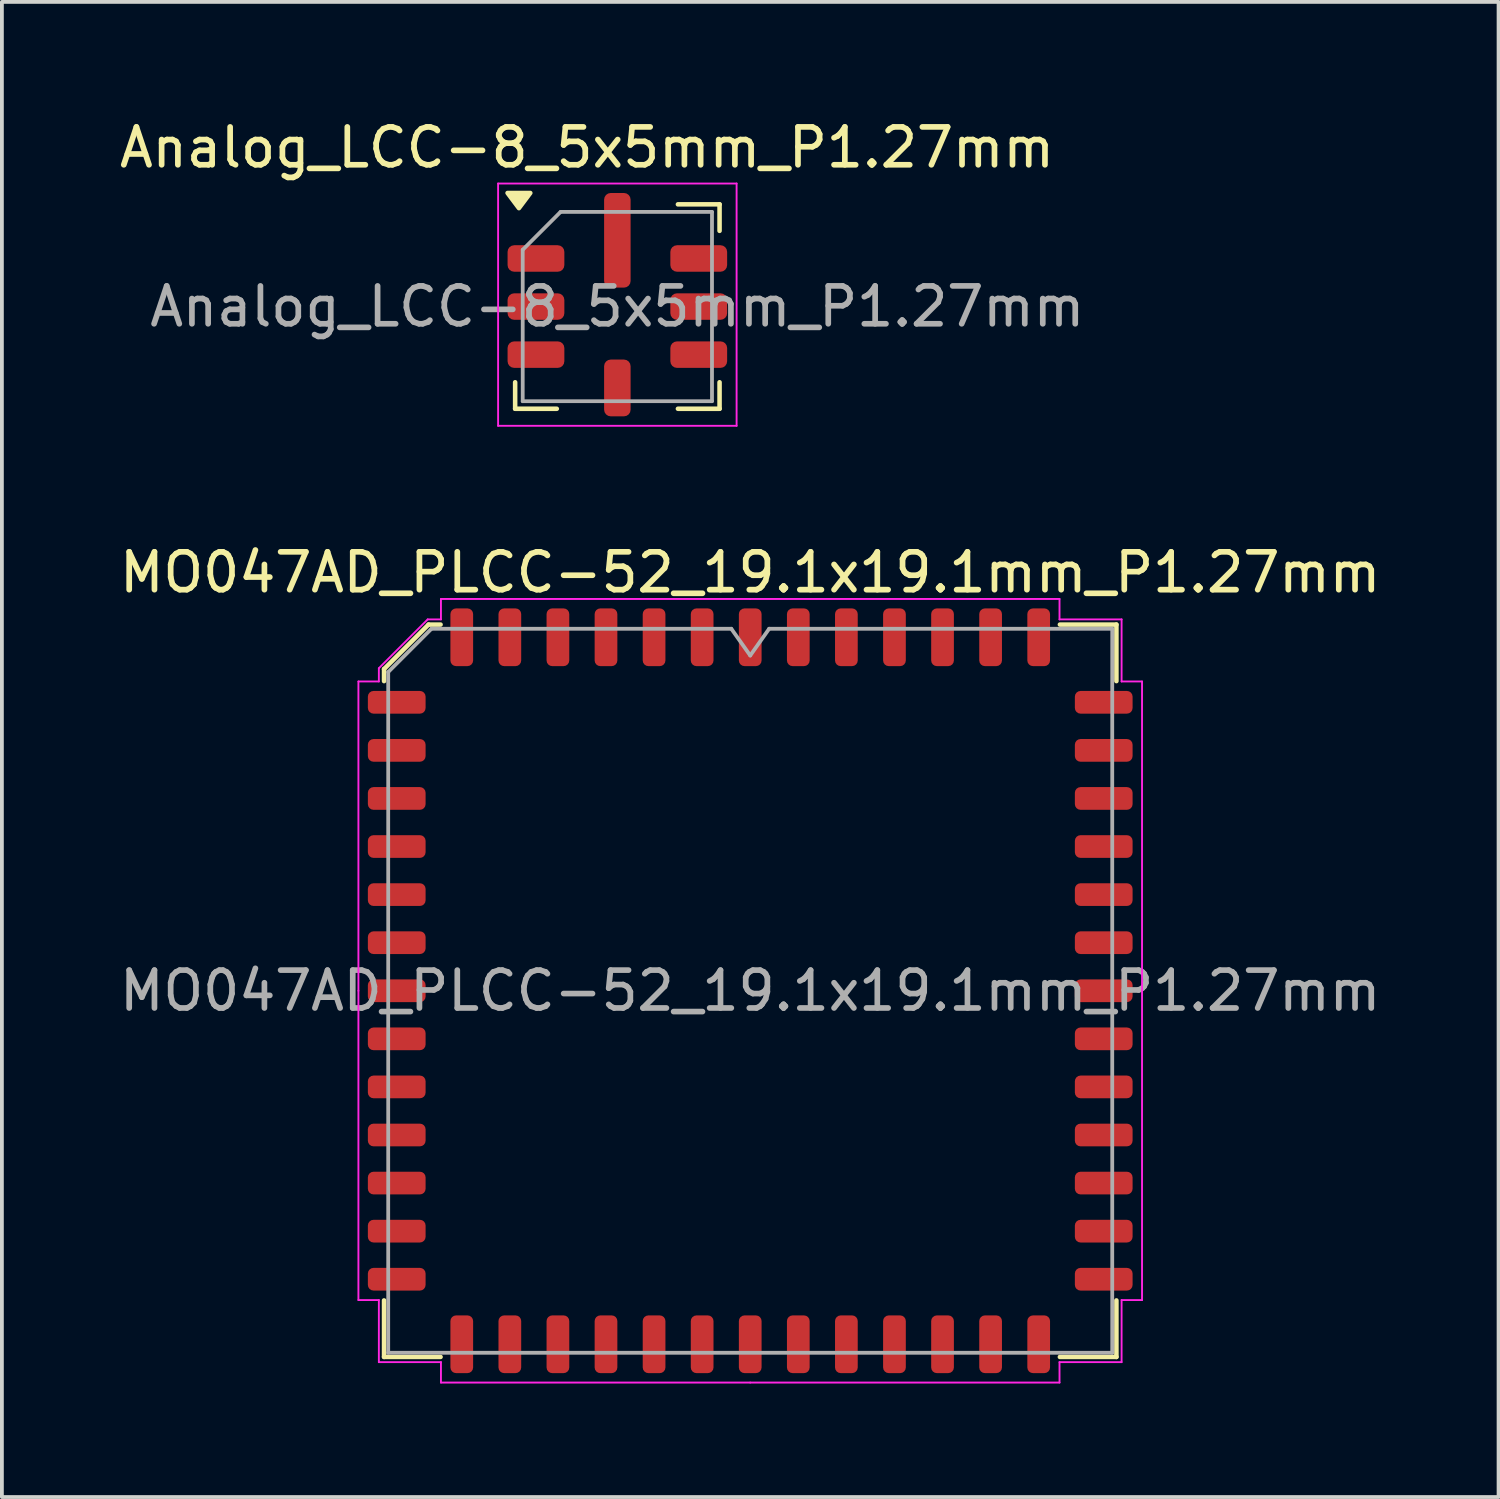
<source format=kicad_pcb>
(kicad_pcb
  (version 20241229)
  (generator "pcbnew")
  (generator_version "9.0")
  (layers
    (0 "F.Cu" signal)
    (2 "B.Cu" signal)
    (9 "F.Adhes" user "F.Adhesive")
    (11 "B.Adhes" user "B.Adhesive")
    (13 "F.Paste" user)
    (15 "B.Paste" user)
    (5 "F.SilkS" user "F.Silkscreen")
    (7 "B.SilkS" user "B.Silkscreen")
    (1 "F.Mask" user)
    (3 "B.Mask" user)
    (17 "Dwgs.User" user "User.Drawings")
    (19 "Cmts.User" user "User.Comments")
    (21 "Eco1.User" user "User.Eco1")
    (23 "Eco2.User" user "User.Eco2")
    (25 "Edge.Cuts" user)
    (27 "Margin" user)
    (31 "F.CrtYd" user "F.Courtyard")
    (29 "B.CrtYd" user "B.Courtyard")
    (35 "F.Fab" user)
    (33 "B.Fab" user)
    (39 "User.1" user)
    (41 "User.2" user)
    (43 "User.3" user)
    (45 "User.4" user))
  (footprint "MO047AD_PLCC-52_19.1x19.1mm_P1.27mm"
    (layer "F.Cu")
    (at 16.768 23.122)
    (property "Reference" "MO047AD_PLCC-52_19.1x19.1mm_P1.27mm" (at 0 -11.05 0) (layer "F.SilkS") (effects (font (size 1 1) (thickness 0.15))))
    (attr smd)
    (fp_line (start -9.673 -8.498) (end -9.673 -8.18) (stroke (width 0.12) (type solid)) (layer "F.SilkS"))
    (fp_line (start -9.673 9.673) (end -9.673 8.18) (stroke (width 0.12) (type solid)) (layer "F.SilkS"))
    (fp_line (start -8.498 -9.673) (end -9.673 -8.498) (stroke (width 0.12) (type solid)) (layer "F.SilkS"))
    (fp_line (start -8.18 -9.673) (end -8.498 -9.673) (stroke (width 0.12) (type solid)) (layer "F.SilkS"))
    (fp_line (start -8.18 9.673) (end -9.673 9.673) (stroke (width 0.12) (type solid)) (layer "F.SilkS"))
    (fp_line (start 8.18 -9.673) (end 9.673 -9.673) (stroke (width 0.12) (type solid)) (layer "F.SilkS"))
    (fp_line (start 8.18 9.673) (end 9.673 9.673) (stroke (width 0.12) (type solid)) (layer "F.SilkS"))
    (fp_line (start 9.673 -9.673) (end 9.673 -8.18) (stroke (width 0.12) (type solid)) (layer "F.SilkS"))
    (fp_line (start 9.673 9.673) (end 9.673 8.18) (stroke (width 0.12) (type solid)) (layer "F.SilkS"))
    (fp_line (start -10.35 -8.17) (end -10.35 0) (stroke (width 0.05) (type solid)) (layer "F.CrtYd"))
    (fp_line (start -10.35 8.17) (end -10.35 0) (stroke (width 0.05) (type solid)) (layer "F.CrtYd"))
    (fp_line (start -9.81 -8.52) (end -9.81 -8.17) (stroke (width 0.05) (type solid)) (layer "F.CrtYd"))
    (fp_line (start -9.81 -8.17) (end -10.35 -8.17) (stroke (width 0.05) (type solid)) (layer "F.CrtYd"))
    (fp_line (start -9.81 8.17) (end -10.35 8.17) (stroke (width 0.05) (type solid)) (layer "F.CrtYd"))
    (fp_line (start -9.81 9.81) (end -9.81 8.17) (stroke (width 0.05) (type solid)) (layer "F.CrtYd"))
    (fp_line (start -8.52 -9.81) (end -9.81 -8.52) (stroke (width 0.05) (type solid)) (layer "F.CrtYd"))
    (fp_line (start -8.17 -10.35) (end -8.17 -9.81) (stroke (width 0.05) (type solid)) (layer "F.CrtYd"))
    (fp_line (start -8.17 -9.81) (end -8.52 -9.81) (stroke (width 0.05) (type solid)) (layer "F.CrtYd"))
    (fp_line (start -8.17 9.81) (end -9.81 9.81) (stroke (width 0.05) (type solid)) (layer "F.CrtYd"))
    (fp_line (start -8.17 10.35) (end -8.17 9.81) (stroke (width 0.05) (type solid)) (layer "F.CrtYd"))
    (fp_line (start 0 -10.35) (end -8.17 -10.35) (stroke (width 0.05) (type solid)) (layer "F.CrtYd"))
    (fp_line (start 0 -10.35) (end 8.17 -10.35) (stroke (width 0.05) (type solid)) (layer "F.CrtYd"))
    (fp_line (start 0 10.35) (end -8.17 10.35) (stroke (width 0.05) (type solid)) (layer "F.CrtYd"))
    (fp_line (start 0 10.35) (end 8.17 10.35) (stroke (width 0.05) (type solid)) (layer "F.CrtYd"))
    (fp_line (start 8.17 -10.35) (end 8.17 -9.81) (stroke (width 0.05) (type solid)) (layer "F.CrtYd"))
    (fp_line (start 8.17 -9.81) (end 9.81 -9.81) (stroke (width 0.05) (type solid)) (layer "F.CrtYd"))
    (fp_line (start 8.17 9.81) (end 9.81 9.81) (stroke (width 0.05) (type solid)) (layer "F.CrtYd"))
    (fp_line (start 8.17 10.35) (end 8.17 9.81) (stroke (width 0.05) (type solid)) (layer "F.CrtYd"))
    (fp_line (start 9.81 -9.81) (end 9.81 -8.17) (stroke (width 0.05) (type solid)) (layer "F.CrtYd"))
    (fp_line (start 9.81 -8.17) (end 10.35 -8.17) (stroke (width 0.05) (type solid)) (layer "F.CrtYd"))
    (fp_line (start 9.81 8.17) (end 10.35 8.17) (stroke (width 0.05) (type solid)) (layer "F.CrtYd"))
    (fp_line (start 9.81 9.81) (end 9.81 8.17) (stroke (width 0.05) (type solid)) (layer "F.CrtYd"))
    (fp_line (start 10.35 -8.17) (end 10.35 0) (stroke (width 0.05) (type solid)) (layer "F.CrtYd"))
    (fp_line (start 10.35 8.17) (end 10.35 0) (stroke (width 0.05) (type solid)) (layer "F.CrtYd"))
    (fp_line (start -9.563 -8.42) (end -8.42 -9.563) (stroke (width 0.1) (type solid)) (layer "F.Fab"))
    (fp_line (start -9.563 9.563) (end -9.563 -8.42) (stroke (width 0.1) (type solid)) (layer "F.Fab"))
    (fp_line (start -8.42 -9.563) (end -0.5 -9.563) (stroke (width 0.1) (type solid)) (layer "F.Fab"))
    (fp_line (start -0.5 -9.563) (end 0 -8.856) (stroke (width 0.1) (type solid)) (layer "F.Fab"))
    (fp_line (start 0 -8.856) (end 0.5 -9.563) (stroke (width 0.1) (type solid)) (layer "F.Fab"))
    (fp_line (start 0.5 -9.563) (end 9.563 -9.563) (stroke (width 0.1) (type solid)) (layer "F.Fab"))
    (fp_line (start 9.563 -9.563) (end 9.563 9.563) (stroke (width 0.1) (type solid)) (layer "F.Fab"))
    (fp_line (start 9.563 9.563) (end -9.563 9.563) (stroke (width 0.1) (type solid)) (layer "F.Fab"))
    (fp_text user "${REFERENCE}" (at 0 0 0) (layer "F.Fab") (effects (font (size 1 1) (thickness 0.15))))
    (pad "1" smd roundrect (at 0 -9.338) (size 0.6 1.525) (layers "F.Cu" "F.Mask" "F.Paste") (roundrect_rratio 0.25))
    (pad "2" smd roundrect (at -1.27 -9.338) (size 0.6 1.525) (layers "F.Cu" "F.Mask" "F.Paste") (roundrect_rratio 0.25))
    (pad "3" smd roundrect (at -2.54 -9.338) (size 0.6 1.525) (layers "F.Cu" "F.Mask" "F.Paste") (roundrect_rratio 0.25))
    (pad "4" smd roundrect (at -3.81 -9.338) (size 0.6 1.525) (layers "F.Cu" "F.Mask" "F.Paste") (roundrect_rratio 0.25))
    (pad "5" smd roundrect (at -5.08 -9.338) (size 0.6 1.525) (layers "F.Cu" "F.Mask" "F.Paste") (roundrect_rratio 0.25))
    (pad "6" smd roundrect (at -6.35 -9.338) (size 0.6 1.525) (layers "F.Cu" "F.Mask" "F.Paste") (roundrect_rratio 0.25))
    (pad "7" smd roundrect (at -7.62 -9.338) (size 0.6 1.525) (layers "F.Cu" "F.Mask" "F.Paste") (roundrect_rratio 0.25))
    (pad "8" smd roundrect (at -9.338 -7.62) (size 1.525 0.6) (layers "F.Cu" "F.Mask" "F.Paste") (roundrect_rratio 0.25))
    (pad "9" smd roundrect (at -9.338 -6.35) (size 1.525 0.6) (layers "F.Cu" "F.Mask" "F.Paste") (roundrect_rratio 0.25))
    (pad "10" smd roundrect (at -9.338 -5.08) (size 1.525 0.6) (layers "F.Cu" "F.Mask" "F.Paste") (roundrect_rratio 0.25))
    (pad "11" smd roundrect (at -9.338 -3.81) (size 1.525 0.6) (layers "F.Cu" "F.Mask" "F.Paste") (roundrect_rratio 0.25))
    (pad "12" smd roundrect (at -9.338 -2.54) (size 1.525 0.6) (layers "F.Cu" "F.Mask" "F.Paste") (roundrect_rratio 0.25))
    (pad "13" smd roundrect (at -9.338 -1.27) (size 1.525 0.6) (layers "F.Cu" "F.Mask" "F.Paste") (roundrect_rratio 0.25))
    (pad "14" smd roundrect (at -9.338 0) (size 1.525 0.6) (layers "F.Cu" "F.Mask" "F.Paste") (roundrect_rratio 0.25))
    (pad "15" smd roundrect (at -9.338 1.27) (size 1.525 0.6) (layers "F.Cu" "F.Mask" "F.Paste") (roundrect_rratio 0.25))
    (pad "16" smd roundrect (at -9.338 2.54) (size 1.525 0.6) (layers "F.Cu" "F.Mask" "F.Paste") (roundrect_rratio 0.25))
    (pad "17" smd roundrect (at -9.338 3.81) (size 1.525 0.6) (layers "F.Cu" "F.Mask" "F.Paste") (roundrect_rratio 0.25))
    (pad "18" smd roundrect (at -9.338 5.08) (size 1.525 0.6) (layers "F.Cu" "F.Mask" "F.Paste") (roundrect_rratio 0.25))
    (pad "19" smd roundrect (at -9.338 6.35) (size 1.525 0.6) (layers "F.Cu" "F.Mask" "F.Paste") (roundrect_rratio 0.25))
    (pad "20" smd roundrect (at -9.338 7.62) (size 1.525 0.6) (layers "F.Cu" "F.Mask" "F.Paste") (roundrect_rratio 0.25))
    (pad "21" smd roundrect (at -7.62 9.338) (size 0.6 1.525) (layers "F.Cu" "F.Mask" "F.Paste") (roundrect_rratio 0.25))
    (pad "22" smd roundrect (at -6.35 9.338) (size 0.6 1.525) (layers "F.Cu" "F.Mask" "F.Paste") (roundrect_rratio 0.25))
    (pad "23" smd roundrect (at -5.08 9.338) (size 0.6 1.525) (layers "F.Cu" "F.Mask" "F.Paste") (roundrect_rratio 0.25))
    (pad "24" smd roundrect (at -3.81 9.338) (size 0.6 1.525) (layers "F.Cu" "F.Mask" "F.Paste") (roundrect_rratio 0.25))
    (pad "25" smd roundrect (at -2.54 9.338) (size 0.6 1.525) (layers "F.Cu" "F.Mask" "F.Paste") (roundrect_rratio 0.25))
    (pad "26" smd roundrect (at -1.27 9.338) (size 0.6 1.525) (layers "F.Cu" "F.Mask" "F.Paste") (roundrect_rratio 0.25))
    (pad "27" smd roundrect (at 0 9.338) (size 0.6 1.525) (layers "F.Cu" "F.Mask" "F.Paste") (roundrect_rratio 0.25))
    (pad "28" smd roundrect (at 1.27 9.338) (size 0.6 1.525) (layers "F.Cu" "F.Mask" "F.Paste") (roundrect_rratio 0.25))
    (pad "29" smd roundrect (at 2.54 9.338) (size 0.6 1.525) (layers "F.Cu" "F.Mask" "F.Paste") (roundrect_rratio 0.25))
    (pad "30" smd roundrect (at 3.81 9.338) (size 0.6 1.525) (layers "F.Cu" "F.Mask" "F.Paste") (roundrect_rratio 0.25))
    (pad "31" smd roundrect (at 5.08 9.338) (size 0.6 1.525) (layers "F.Cu" "F.Mask" "F.Paste") (roundrect_rratio 0.25))
    (pad "32" smd roundrect (at 6.35 9.338) (size 0.6 1.525) (layers "F.Cu" "F.Mask" "F.Paste") (roundrect_rratio 0.25))
    (pad "33" smd roundrect (at 7.62 9.338) (size 0.6 1.525) (layers "F.Cu" "F.Mask" "F.Paste") (roundrect_rratio 0.25))
    (pad "34" smd roundrect (at 9.338 7.62) (size 1.525 0.6) (layers "F.Cu" "F.Mask" "F.Paste") (roundrect_rratio 0.25))
    (pad "35" smd roundrect (at 9.338 6.35) (size 1.525 0.6) (layers "F.Cu" "F.Mask" "F.Paste") (roundrect_rratio 0.25))
    (pad "36" smd roundrect (at 9.338 5.08) (size 1.525 0.6) (layers "F.Cu" "F.Mask" "F.Paste") (roundrect_rratio 0.25))
    (pad "37" smd roundrect (at 9.338 3.81) (size 1.525 0.6) (layers "F.Cu" "F.Mask" "F.Paste") (roundrect_rratio 0.25))
    (pad "38" smd roundrect (at 9.338 2.54) (size 1.525 0.6) (layers "F.Cu" "F.Mask" "F.Paste") (roundrect_rratio 0.25))
    (pad "39" smd roundrect (at 9.338 1.27) (size 1.525 0.6) (layers "F.Cu" "F.Mask" "F.Paste") (roundrect_rratio 0.25))
    (pad "40" smd roundrect (at 9.338 0) (size 1.525 0.6) (layers "F.Cu" "F.Mask" "F.Paste") (roundrect_rratio 0.25))
    (pad "41" smd roundrect (at 9.338 -1.27) (size 1.525 0.6) (layers "F.Cu" "F.Mask" "F.Paste") (roundrect_rratio 0.25))
    (pad "42" smd roundrect (at 9.338 -2.54) (size 1.525 0.6) (layers "F.Cu" "F.Mask" "F.Paste") (roundrect_rratio 0.25))
    (pad "43" smd roundrect (at 9.338 -3.81) (size 1.525 0.6) (layers "F.Cu" "F.Mask" "F.Paste") (roundrect_rratio 0.25))
    (pad "44" smd roundrect (at 9.338 -5.08) (size 1.525 0.6) (layers "F.Cu" "F.Mask" "F.Paste") (roundrect_rratio 0.25))
    (pad "45" smd roundrect (at 9.338 -6.35) (size 1.525 0.6) (layers "F.Cu" "F.Mask" "F.Paste") (roundrect_rratio 0.25))
    (pad "46" smd roundrect (at 9.338 -7.62) (size 1.525 0.6) (layers "F.Cu" "F.Mask" "F.Paste") (roundrect_rratio 0.25))
    (pad "47" smd roundrect (at 7.62 -9.338) (size 0.6 1.525) (layers "F.Cu" "F.Mask" "F.Paste") (roundrect_rratio 0.25))
    (pad "48" smd roundrect (at 6.35 -9.338) (size 0.6 1.525) (layers "F.Cu" "F.Mask" "F.Paste") (roundrect_rratio 0.25))
    (pad "49" smd roundrect (at 5.08 -9.338) (size 0.6 1.525) (layers "F.Cu" "F.Mask" "F.Paste") (roundrect_rratio 0.25))
    (pad "50" smd roundrect (at 3.81 -9.338) (size 0.6 1.525) (layers "F.Cu" "F.Mask" "F.Paste") (roundrect_rratio 0.25))
    (pad "51" smd roundrect (at 2.54 -9.338) (size 0.6 1.525) (layers "F.Cu" "F.Mask" "F.Paste") (roundrect_rratio 0.25))
    (pad "52" smd roundrect (at 1.27 -9.338) (size 0.6 1.525) (layers "F.Cu" "F.Mask" "F.Paste") (roundrect_rratio 0.25)))
  (footprint "Analog_LCC-8_5x5mm_P1.27mm"
    (layer "F.Cu")
    (at 13.258 5.048)
    (property "Reference" "Analog_LCC-8_5x5mm_P1.27mm" (at -0.8 -4.2 0) (layer "F.SilkS") (effects (font (size 1 1) (thickness 0.15))))
    (attr smd)
    (fp_line (start -2.7 2.7) (end -2.7 2) (stroke (width 0.12) (type solid)) (layer "F.SilkS"))
    (fp_line (start -1.6 2.7) (end -2.7 2.7) (stroke (width 0.12) (type solid)) (layer "F.SilkS"))
    (fp_line (start 1.6 -2.7) (end 2.7 -2.7) (stroke (width 0.12) (type solid)) (layer "F.SilkS"))
    (fp_line (start 2.7 -2.7) (end 2.7 -2) (stroke (width 0.12) (type solid)) (layer "F.SilkS"))
    (fp_line (start 2.7 2) (end 2.7 2.7) (stroke (width 0.12) (type solid)) (layer "F.SilkS"))
    (fp_line (start 2.7 2.7) (end 1.6 2.7) (stroke (width 0.12) (type solid)) (layer "F.SilkS"))
    (fp_poly (pts (xy -2.6 -2.6) (xy -2.9 -3) (xy -2.3 -3)) (stroke (width 0.12) (type solid)) (fill yes) (layer "F.SilkS"))
    (fp_line (start -3.15 -3.25) (end -3.15 3.15) (stroke (width 0.05) (type solid)) (layer "F.CrtYd"))
    (fp_line (start -3.15 3.15) (end 3.15 3.15) (stroke (width 0.05) (type solid)) (layer "F.CrtYd"))
    (fp_line (start 3.15 -3.25) (end -3.15 -3.25) (stroke (width 0.05) (type solid)) (layer "F.CrtYd"))
    (fp_line (start 3.15 3.15) (end 3.15 -3.25) (stroke (width 0.05) (type solid)) (layer "F.CrtYd"))
    (fp_line (start -2.5 -1.5) (end -2.5 2.5) (stroke (width 0.1) (type solid)) (layer "F.Fab"))
    (fp_line (start -2.5 -1.5) (end -1.5 -2.5) (stroke (width 0.1) (type solid)) (layer "F.Fab"))
    (fp_line (start -2.5 2.5) (end 2.5 2.5) (stroke (width 0.1) (type solid)) (layer "F.Fab"))
    (fp_line (start 2.5 -2.5) (end -1.5 -2.5) (stroke (width 0.1) (type solid)) (layer "F.Fab"))
    (fp_line (start 2.5 2.5) (end 2.5 -2.5) (stroke (width 0.1) (type solid)) (layer "F.Fab"))
    (fp_text user "${REFERENCE}" (at 0 0 0) (layer "F.Fab") (effects (font (size 1 1) (thickness 0.15))))
    (pad "1" smd roundrect (at -2.15 -1.27 90) (size 0.7 1.5) (layers "F.Cu" "F.Mask" "F.Paste") (roundrect_rratio 0.25))
    (pad "2" smd roundrect (at -2.15 0 90) (size 0.7 1.5) (layers "F.Cu" "F.Mask" "F.Paste") (roundrect_rratio 0.25))
    (pad "3" smd roundrect (at -2.15 1.27 90) (size 0.7 1.5) (layers "F.Cu" "F.Mask" "F.Paste") (roundrect_rratio 0.25))
    (pad "4" smd roundrect (at 0 2.15 90) (size 1.5 0.7) (layers "F.Cu" "F.Mask" "F.Paste") (roundrect_rratio 0.25))
    (pad "5" smd roundrect (at 2.15 1.27) (size 1.5 0.7) (layers "F.Cu" "F.Mask" "F.Paste") (roundrect_rratio 0.25))
    (pad "6" smd roundrect (at 2.15 0) (size 1.5 0.7) (layers "F.Cu" "F.Mask" "F.Paste") (roundrect_rratio 0.25))
    (pad "7" smd roundrect (at 2.15 -1.27) (size 1.5 0.7) (layers "F.Cu" "F.Mask" "F.Paste") (roundrect_rratio 0.25))
    (pad "8" smd roundrect (at 0 -1.75 90) (size 2.5 0.7) (layers "F.Cu" "F.Mask" "F.Paste") (roundrect_rratio 0.25)))
  (gr_rect
    (start -3 -3)
    (end 36.536 36.496)
    (stroke (width 0.1) (type default))
    (fill no)
    (layer "Edge.Cuts")))
</source>
